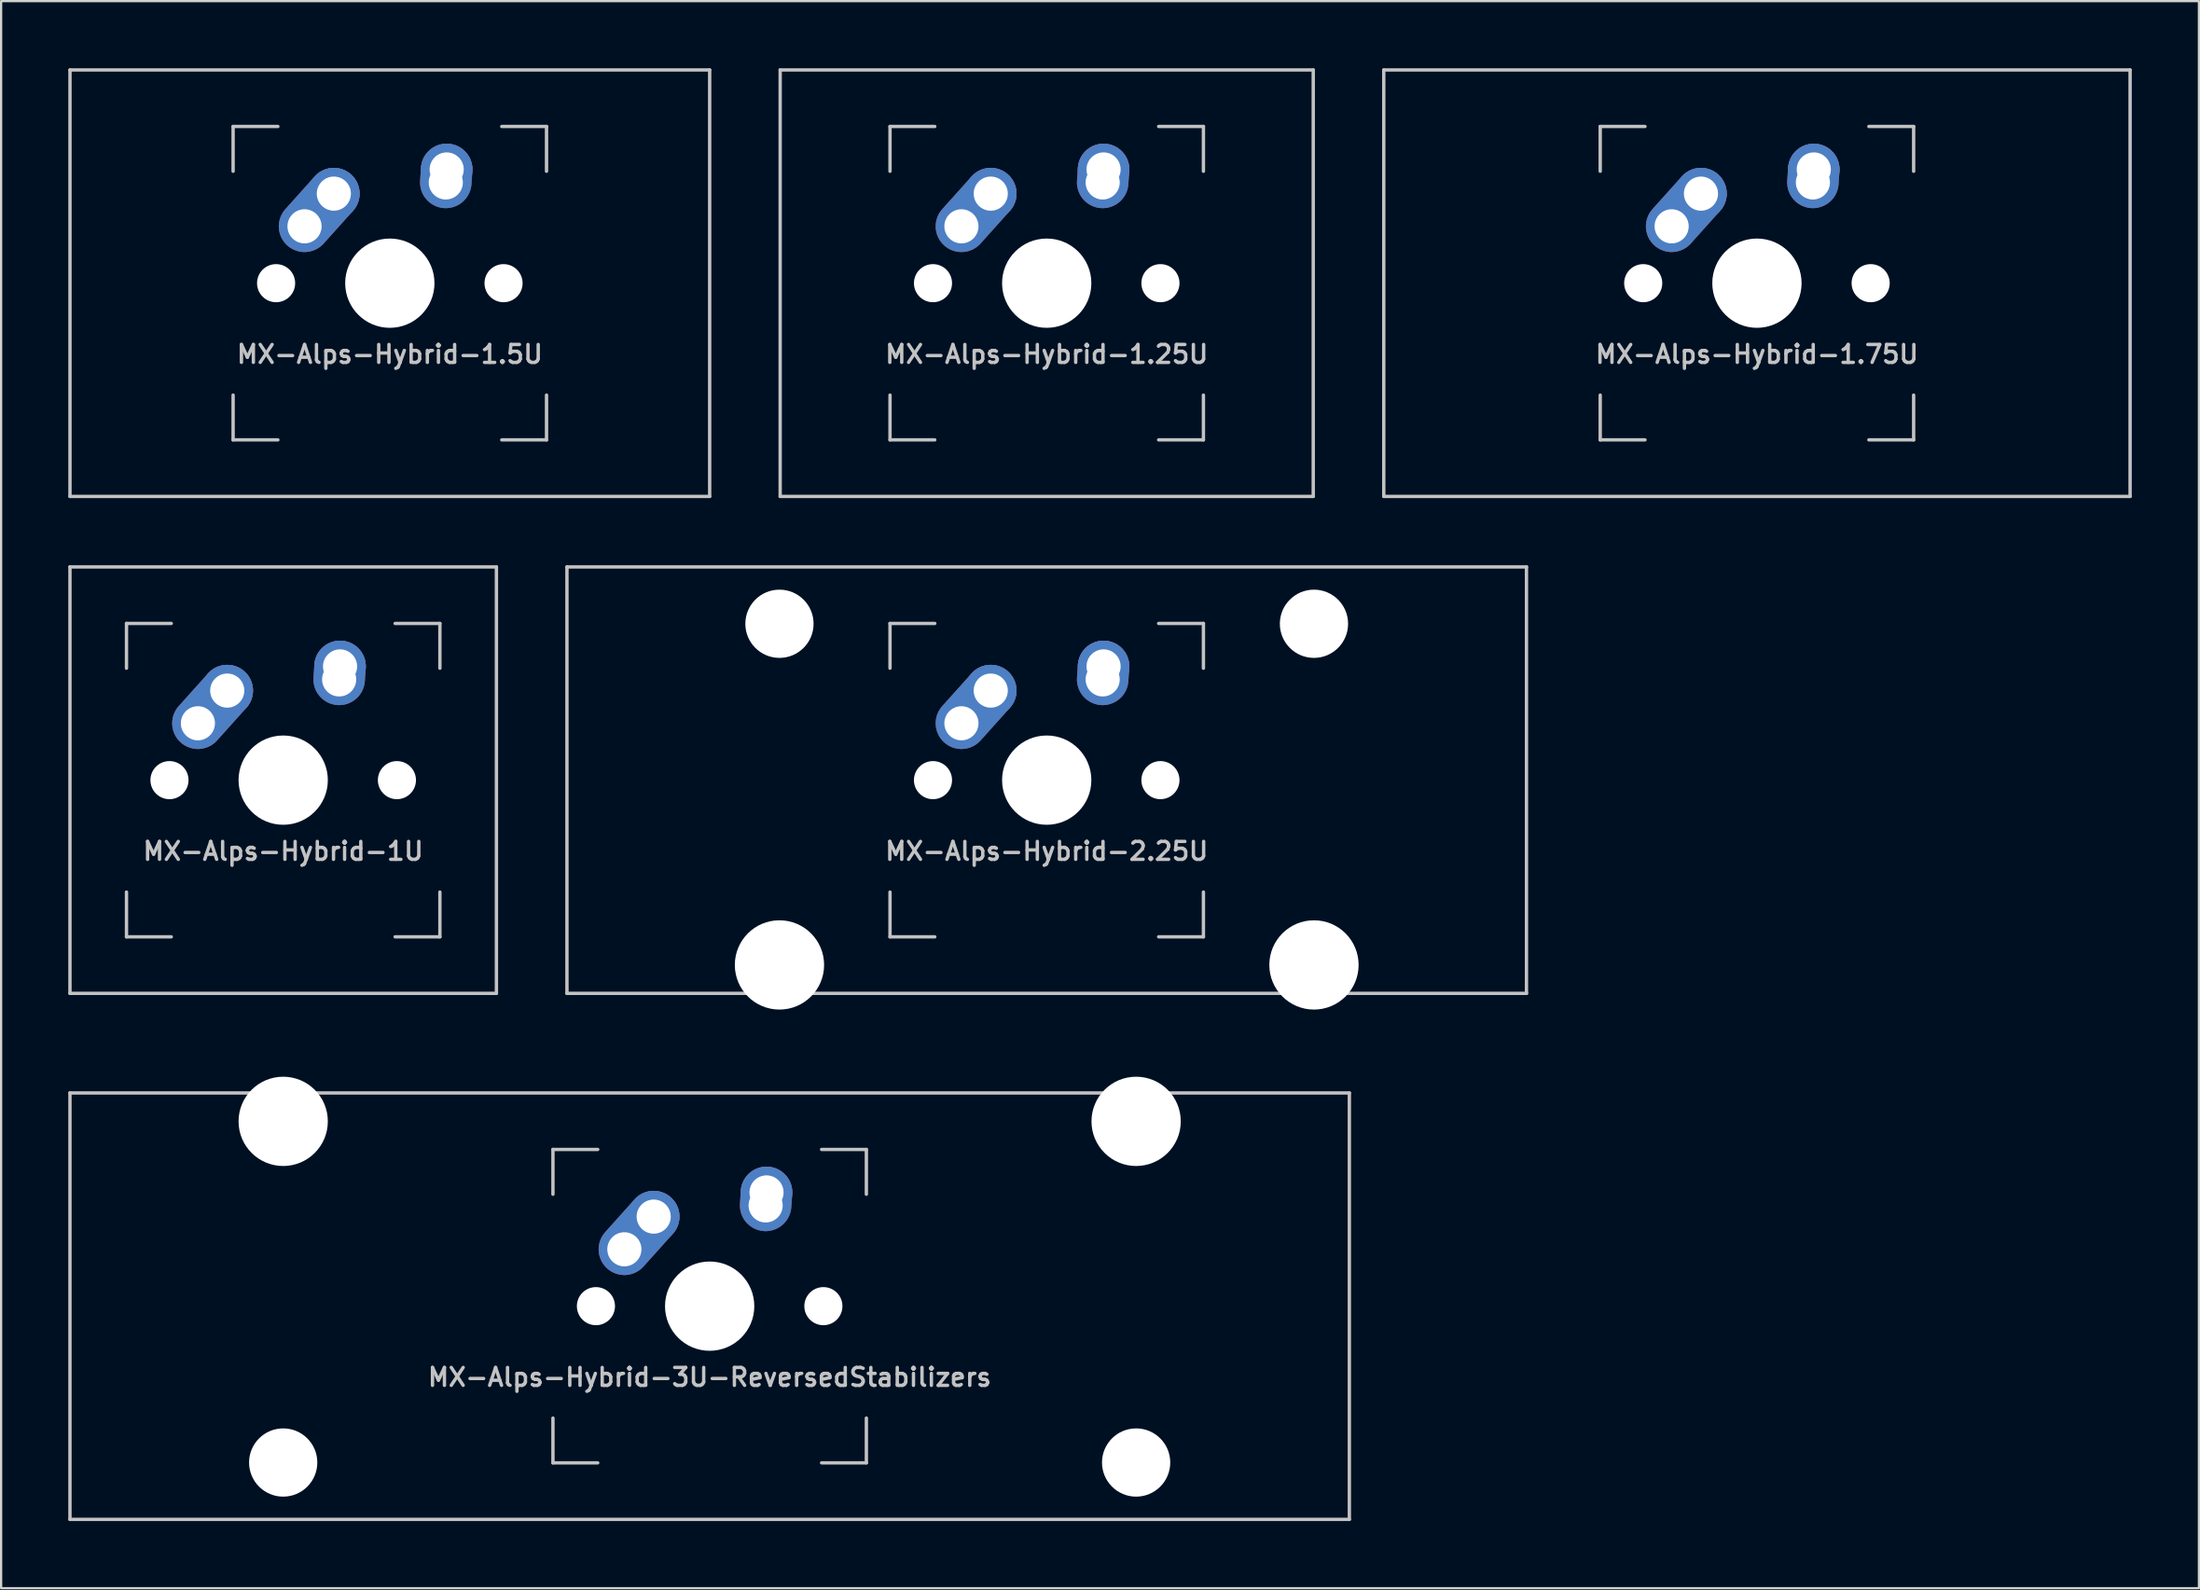
<source format=kicad_pcb>
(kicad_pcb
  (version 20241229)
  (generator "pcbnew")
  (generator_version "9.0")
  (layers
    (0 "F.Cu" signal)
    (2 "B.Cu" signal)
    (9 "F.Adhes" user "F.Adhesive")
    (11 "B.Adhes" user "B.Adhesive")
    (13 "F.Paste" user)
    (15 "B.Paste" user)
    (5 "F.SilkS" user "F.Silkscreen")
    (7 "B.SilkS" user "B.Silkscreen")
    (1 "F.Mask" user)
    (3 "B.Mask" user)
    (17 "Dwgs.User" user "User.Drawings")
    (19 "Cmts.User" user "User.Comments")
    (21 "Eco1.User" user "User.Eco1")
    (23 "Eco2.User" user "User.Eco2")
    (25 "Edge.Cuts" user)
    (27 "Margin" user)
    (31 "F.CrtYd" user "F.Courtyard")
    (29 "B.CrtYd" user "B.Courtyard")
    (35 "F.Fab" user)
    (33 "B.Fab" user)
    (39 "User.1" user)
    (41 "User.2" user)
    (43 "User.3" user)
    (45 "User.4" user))
  (footprint "MX-Alps-Hybrid-1U"
    (layer "F.Cu")
    (at 9.6 31.8)
    (property "Reference" "MX-Alps-Hybrid-1U" (at 0 3.175 0) (layer "Dwgs.User") (effects (font (size 0.8 0.8) (thickness 0.15))))
    (attr through_hole)
    (fp_line (start -9.525 9.525) (end -9.525 -9.525) (stroke (width 0.15) (type solid)) (layer "Dwgs.User"))
    (fp_line (start -7 -7) (end -7 -5) (stroke (width 0.15) (type solid)) (layer "Dwgs.User"))
    (fp_line (start -7 5) (end -7 7) (stroke (width 0.15) (type solid)) (layer "Dwgs.User"))
    (fp_line (start -7 7) (end -5 7) (stroke (width 0.15) (type solid)) (layer "Dwgs.User"))
    (fp_line (start -5 -7) (end -7 -7) (stroke (width 0.15) (type solid)) (layer "Dwgs.User"))
    (fp_line (start 5 -7) (end 7 -7) (stroke (width 0.15) (type solid)) (layer "Dwgs.User"))
    (fp_line (start 5 7) (end 7 7) (stroke (width 0.15) (type solid)) (layer "Dwgs.User"))
    (fp_line (start 7 -7) (end 7 -5) (stroke (width 0.15) (type solid)) (layer "Dwgs.User"))
    (fp_line (start 7 7) (end 7 5) (stroke (width 0.15) (type solid)) (layer "Dwgs.User"))
    (fp_line (start 9.525 -9.525) (end -9.525 -9.525) (stroke (width 0.15) (type solid)) (layer "Dwgs.User"))
    (fp_line (start 9.525 9.525) (end -9.525 9.525) (stroke (width 0.15) (type solid)) (layer "Dwgs.User"))
    (fp_line (start 9.525 9.525) (end 9.525 -9.525) (stroke (width 0.15) (type solid)) (layer "Dwgs.User"))
    (pad "" np_thru_hole circle (at -5.08 0 48.099) (size 1.702 1.702) (drill 1.702) (layers "*.Cu" "*.Mask"))
    (pad "" np_thru_hole circle (at 0 0) (size 3.988 3.988) (drill 3.988) (layers "*.Cu" "*.Mask"))
    (pad "" np_thru_hole circle (at 5.08 0 48.099) (size 1.702 1.702) (drill 1.702) (layers "*.Cu" "*.Mask"))
    (pad "1" thru_hole oval (at -3.81 -2.54 48.099) (size 4.262 2.3) (drill 1.524 (offset 0.981 0)) (layers "*.Cu" "B.Mask"))
    (pad "1" thru_hole circle (at -2.5 -4) (size 2.3 2.3) (drill 1.524) (layers "*.Cu" "B.Mask"))
    (pad "2" thru_hole oval (at 2.5 -4.5 86.054) (size 2.881 2.3) (drill 1.524 (offset 0.291 0)) (layers "*.Cu" "B.Mask"))
    (pad "2" thru_hole circle (at 2.54 -5.08) (size 2.3 2.3) (drill 1.524) (layers "*.Cu" "B.Mask")))
  (footprint "MX-Alps-Hybrid-1.25U"
    (layer "F.Cu")
    (at 43.706 9.6)
    (property "Reference" "MX-Alps-Hybrid-1.25U" (at 0 3.175 0) (layer "Dwgs.User") (effects (font (size 0.8 0.8) (thickness 0.15))))
    (attr through_hole)
    (fp_line (start -11.906 9.525) (end -11.906 -9.525) (stroke (width 0.15) (type solid)) (layer "Dwgs.User"))
    (fp_line (start -7 -7) (end -7 -5) (stroke (width 0.15) (type solid)) (layer "Dwgs.User"))
    (fp_line (start -7 5) (end -7 7) (stroke (width 0.15) (type solid)) (layer "Dwgs.User"))
    (fp_line (start -7 7) (end -5 7) (stroke (width 0.15) (type solid)) (layer "Dwgs.User"))
    (fp_line (start -5 -7) (end -7 -7) (stroke (width 0.15) (type solid)) (layer "Dwgs.User"))
    (fp_line (start 5 -7) (end 7 -7) (stroke (width 0.15) (type solid)) (layer "Dwgs.User"))
    (fp_line (start 5 7) (end 7 7) (stroke (width 0.15) (type solid)) (layer "Dwgs.User"))
    (fp_line (start 7 -7) (end 7 -5) (stroke (width 0.15) (type solid)) (layer "Dwgs.User"))
    (fp_line (start 7 7) (end 7 5) (stroke (width 0.15) (type solid)) (layer "Dwgs.User"))
    (fp_line (start 11.906 -9.525) (end -11.906 -9.525) (stroke (width 0.15) (type solid)) (layer "Dwgs.User"))
    (fp_line (start 11.906 9.525) (end -11.906 9.525) (stroke (width 0.15) (type solid)) (layer "Dwgs.User"))
    (fp_line (start 11.906 9.525) (end 11.906 -9.525) (stroke (width 0.15) (type solid)) (layer "Dwgs.User"))
    (pad "" np_thru_hole circle (at -5.08 0 48.099) (size 1.702 1.702) (drill 1.702) (layers "*.Cu" "*.Mask"))
    (pad "" np_thru_hole circle (at 0 0) (size 3.988 3.988) (drill 3.988) (layers "*.Cu" "*.Mask"))
    (pad "" np_thru_hole circle (at 5.08 0 48.099) (size 1.702 1.702) (drill 1.702) (layers "*.Cu" "*.Mask"))
    (pad "1" thru_hole oval (at -3.81 -2.54 48.099) (size 4.262 2.3) (drill 1.524 (offset 0.981 0)) (layers "*.Cu" "B.Mask"))
    (pad "1" thru_hole circle (at -2.5 -4) (size 2.3 2.3) (drill 1.524) (layers "*.Cu" "B.Mask"))
    (pad "2" thru_hole oval (at 2.5 -4.5 86.054) (size 2.881 2.3) (drill 1.524 (offset 0.291 0)) (layers "*.Cu" "B.Mask"))
    (pad "2" thru_hole circle (at 2.54 -5.08) (size 2.3 2.3) (drill 1.524) (layers "*.Cu" "B.Mask")))
  (footprint "MX-Alps-Hybrid-2.25U"
    (layer "F.Cu")
    (at 43.706 31.8)
    (property "Reference" "MX-Alps-Hybrid-2.25U" (at 0 3.175 0) (layer "Dwgs.User") (effects (font (size 0.8 0.8) (thickness 0.15))))
    (attr through_hole)
    (fp_line (start -21.431 9.525) (end -21.431 -9.525) (stroke (width 0.15) (type solid)) (layer "Dwgs.User"))
    (fp_line (start -7 -7) (end -7 -5) (stroke (width 0.15) (type solid)) (layer "Dwgs.User"))
    (fp_line (start -7 5) (end -7 7) (stroke (width 0.15) (type solid)) (layer "Dwgs.User"))
    (fp_line (start -7 7) (end -5 7) (stroke (width 0.15) (type solid)) (layer "Dwgs.User"))
    (fp_line (start -5 -7) (end -7 -7) (stroke (width 0.15) (type solid)) (layer "Dwgs.User"))
    (fp_line (start 5 -7) (end 7 -7) (stroke (width 0.15) (type solid)) (layer "Dwgs.User"))
    (fp_line (start 5 7) (end 7 7) (stroke (width 0.15) (type solid)) (layer "Dwgs.User"))
    (fp_line (start 7 -7) (end 7 -5) (stroke (width 0.15) (type solid)) (layer "Dwgs.User"))
    (fp_line (start 7 7) (end 7 5) (stroke (width 0.15) (type solid)) (layer "Dwgs.User"))
    (fp_line (start 21.431 -9.525) (end -21.431 -9.525) (stroke (width 0.15) (type solid)) (layer "Dwgs.User"))
    (fp_line (start 21.431 9.525) (end -21.431 9.525) (stroke (width 0.15) (type solid)) (layer "Dwgs.User"))
    (fp_line (start 21.431 9.525) (end 21.431 -9.525) (stroke (width 0.15) (type solid)) (layer "Dwgs.User"))
    (pad "" np_thru_hole circle (at -11.938 -6.985) (size 3.048 3.048) (drill 3.048) (layers "*.Cu" "*.Mask"))
    (pad "" np_thru_hole circle (at -11.938 8.255) (size 3.988 3.988) (drill 3.988) (layers "*.Cu" "*.Mask"))
    (pad "" np_thru_hole circle (at -5.08 0 48.099) (size 1.702 1.702) (drill 1.702) (layers "*.Cu" "*.Mask"))
    (pad "" np_thru_hole circle (at 0 0) (size 3.988 3.988) (drill 3.988) (layers "*.Cu" "*.Mask"))
    (pad "" np_thru_hole circle (at 5.08 0 48.099) (size 1.702 1.702) (drill 1.702) (layers "*.Cu" "*.Mask"))
    (pad "" np_thru_hole circle (at 11.938 -6.985) (size 3.048 3.048) (drill 3.048) (layers "*.Cu" "*.Mask"))
    (pad "" np_thru_hole circle (at 11.938 8.255) (size 3.988 3.988) (drill 3.988) (layers "*.Cu" "*.Mask"))
    (pad "1" thru_hole oval (at -3.81 -2.54 48.099) (size 4.262 2.3) (drill 1.524 (offset 0.981 0)) (layers "*.Cu" "B.Mask"))
    (pad "1" thru_hole circle (at -2.5 -4) (size 2.3 2.3) (drill 1.524) (layers "*.Cu" "B.Mask"))
    (pad "2" thru_hole oval (at 2.5 -4.5 86.054) (size 2.881 2.3) (drill 1.524 (offset 0.291 0)) (layers "*.Cu" "B.Mask"))
    (pad "2" thru_hole circle (at 2.54 -5.08) (size 2.3 2.3) (drill 1.524) (layers "*.Cu" "B.Mask")))
  (footprint "MX-Alps-Hybrid-1.5U"
    (layer "F.Cu")
    (at 14.363 9.6)
    (property "Reference" "MX-Alps-Hybrid-1.5U" (at 0 3.175 0) (layer "Dwgs.User") (effects (font (size 0.8 0.8) (thickness 0.15))))
    (attr through_hole)
    (fp_line (start -14.287 9.525) (end -14.287 -9.525) (stroke (width 0.15) (type solid)) (layer "Dwgs.User"))
    (fp_line (start -7 -7) (end -7 -5) (stroke (width 0.15) (type solid)) (layer "Dwgs.User"))
    (fp_line (start -7 5) (end -7 7) (stroke (width 0.15) (type solid)) (layer "Dwgs.User"))
    (fp_line (start -7 7) (end -5 7) (stroke (width 0.15) (type solid)) (layer "Dwgs.User"))
    (fp_line (start -5 -7) (end -7 -7) (stroke (width 0.15) (type solid)) (layer "Dwgs.User"))
    (fp_line (start 5 -7) (end 7 -7) (stroke (width 0.15) (type solid)) (layer "Dwgs.User"))
    (fp_line (start 5 7) (end 7 7) (stroke (width 0.15) (type solid)) (layer "Dwgs.User"))
    (fp_line (start 7 -7) (end 7 -5) (stroke (width 0.15) (type solid)) (layer "Dwgs.User"))
    (fp_line (start 7 7) (end 7 5) (stroke (width 0.15) (type solid)) (layer "Dwgs.User"))
    (fp_line (start 14.287 -9.525) (end -14.287 -9.525) (stroke (width 0.15) (type solid)) (layer "Dwgs.User"))
    (fp_line (start 14.287 9.525) (end -14.287 9.525) (stroke (width 0.15) (type solid)) (layer "Dwgs.User"))
    (fp_line (start 14.287 9.525) (end 14.287 -9.525) (stroke (width 0.15) (type solid)) (layer "Dwgs.User"))
    (pad "" np_thru_hole circle (at -5.08 0 48.099) (size 1.702 1.702) (drill 1.702) (layers "*.Cu" "*.Mask"))
    (pad "" np_thru_hole circle (at 0 0) (size 3.988 3.988) (drill 3.988) (layers "*.Cu" "*.Mask"))
    (pad "" np_thru_hole circle (at 5.08 0 48.099) (size 1.702 1.702) (drill 1.702) (layers "*.Cu" "*.Mask"))
    (pad "1" thru_hole oval (at -3.81 -2.54 48.099) (size 4.262 2.3) (drill 1.524 (offset 0.981 0)) (layers "*.Cu" "B.Mask"))
    (pad "1" thru_hole circle (at -2.5 -4) (size 2.3 2.3) (drill 1.524) (layers "*.Cu" "B.Mask"))
    (pad "2" thru_hole oval (at 2.5 -4.5 86.054) (size 2.881 2.3) (drill 1.524 (offset 0.291 0)) (layers "*.Cu" "B.Mask"))
    (pad "2" thru_hole circle (at 2.54 -5.08) (size 2.3 2.3) (drill 1.524) (layers "*.Cu" "B.Mask")))
  (footprint "MX-Alps-Hybrid-1.75U"
    (layer "F.Cu")
    (at 75.431 9.6)
    (property "Reference" "MX-Alps-Hybrid-1.75U" (at 0 3.175 0) (layer "Dwgs.User") (effects (font (size 0.8 0.8) (thickness 0.15))))
    (attr through_hole)
    (fp_line (start -16.669 9.525) (end -16.669 -9.525) (stroke (width 0.15) (type solid)) (layer "Dwgs.User"))
    (fp_line (start -7 -7) (end -7 -5) (stroke (width 0.15) (type solid)) (layer "Dwgs.User"))
    (fp_line (start -7 5) (end -7 7) (stroke (width 0.15) (type solid)) (layer "Dwgs.User"))
    (fp_line (start -7 7) (end -5 7) (stroke (width 0.15) (type solid)) (layer "Dwgs.User"))
    (fp_line (start -5 -7) (end -7 -7) (stroke (width 0.15) (type solid)) (layer "Dwgs.User"))
    (fp_line (start 5 -7) (end 7 -7) (stroke (width 0.15) (type solid)) (layer "Dwgs.User"))
    (fp_line (start 5 7) (end 7 7) (stroke (width 0.15) (type solid)) (layer "Dwgs.User"))
    (fp_line (start 7 -7) (end 7 -5) (stroke (width 0.15) (type solid)) (layer "Dwgs.User"))
    (fp_line (start 7 7) (end 7 5) (stroke (width 0.15) (type solid)) (layer "Dwgs.User"))
    (fp_line (start 16.669 -9.525) (end -16.669 -9.525) (stroke (width 0.15) (type solid)) (layer "Dwgs.User"))
    (fp_line (start 16.669 9.525) (end -16.669 9.525) (stroke (width 0.15) (type solid)) (layer "Dwgs.User"))
    (fp_line (start 16.669 9.525) (end 16.669 -9.525) (stroke (width 0.15) (type solid)) (layer "Dwgs.User"))
    (pad "" np_thru_hole circle (at -5.08 0 48.099) (size 1.702 1.702) (drill 1.702) (layers "*.Cu" "*.Mask"))
    (pad "" np_thru_hole circle (at 0 0) (size 3.988 3.988) (drill 3.988) (layers "*.Cu" "*.Mask"))
    (pad "" np_thru_hole circle (at 5.08 0 48.099) (size 1.702 1.702) (drill 1.702) (layers "*.Cu" "*.Mask"))
    (pad "1" thru_hole oval (at -3.81 -2.54 48.099) (size 4.262 2.3) (drill 1.524 (offset 0.981 0)) (layers "*.Cu" "B.Mask"))
    (pad "1" thru_hole circle (at -2.5 -4) (size 2.3 2.3) (drill 1.524) (layers "*.Cu" "B.Mask"))
    (pad "2" thru_hole oval (at 2.5 -4.5 86.054) (size 2.881 2.3) (drill 1.524 (offset 0.291 0)) (layers "*.Cu" "B.Mask"))
    (pad "2" thru_hole circle (at 2.54 -5.08) (size 2.3 2.3) (drill 1.524) (layers "*.Cu" "B.Mask")))
  (footprint "MX-Alps-Hybrid-3U-ReversedStabilizers"
    (layer "F.Cu")
    (at 28.65 55.298)
    (property "Reference" "MX-Alps-Hybrid-3U-ReversedStabilizers" (at 0 3.175 0) (layer "Dwgs.User") (effects (font (size 0.8 0.8) (thickness 0.15))))
    (attr through_hole)
    (fp_line (start -28.575 9.525) (end -28.575 -9.525) (stroke (width 0.15) (type solid)) (layer "Dwgs.User"))
    (fp_line (start -7 -7) (end -7 -5) (stroke (width 0.15) (type solid)) (layer "Dwgs.User"))
    (fp_line (start -7 5) (end -7 7) (stroke (width 0.15) (type solid)) (layer "Dwgs.User"))
    (fp_line (start -7 7) (end -5 7) (stroke (width 0.15) (type solid)) (layer "Dwgs.User"))
    (fp_line (start -5 -7) (end -7 -7) (stroke (width 0.15) (type solid)) (layer "Dwgs.User"))
    (fp_line (start 5 -7) (end 7 -7) (stroke (width 0.15) (type solid)) (layer "Dwgs.User"))
    (fp_line (start 5 7) (end 7 7) (stroke (width 0.15) (type solid)) (layer "Dwgs.User"))
    (fp_line (start 7 -7) (end 7 -5) (stroke (width 0.15) (type solid)) (layer "Dwgs.User"))
    (fp_line (start 7 7) (end 7 5) (stroke (width 0.15) (type solid)) (layer "Dwgs.User"))
    (fp_line (start 28.575 -9.525) (end -28.575 -9.525) (stroke (width 0.15) (type solid)) (layer "Dwgs.User"))
    (fp_line (start 28.575 9.525) (end -28.575 9.525) (stroke (width 0.15) (type solid)) (layer "Dwgs.User"))
    (fp_line (start 28.575 9.525) (end 28.575 -9.525) (stroke (width 0.15) (type solid)) (layer "Dwgs.User"))
    (pad "" np_thru_hole circle (at -19.05 -8.255) (size 3.988 3.988) (drill 3.988) (layers "*.Cu" "*.Mask"))
    (pad "" np_thru_hole circle (at -19.05 6.985) (size 3.048 3.048) (drill 3.048) (layers "*.Cu" "*.Mask"))
    (pad "" np_thru_hole circle (at -5.08 0 48.099) (size 1.702 1.702) (drill 1.702) (layers "*.Cu" "*.Mask"))
    (pad "" np_thru_hole circle (at 0 0) (size 3.988 3.988) (drill 3.988) (layers "*.Cu" "*.Mask"))
    (pad "" np_thru_hole circle (at 5.08 0 48.099) (size 1.702 1.702) (drill 1.702) (layers "*.Cu" "*.Mask"))
    (pad "" np_thru_hole circle (at 19.05 -8.255) (size 3.988 3.988) (drill 3.988) (layers "*.Cu" "*.Mask"))
    (pad "" np_thru_hole circle (at 19.05 6.985) (size 3.048 3.048) (drill 3.048) (layers "*.Cu" "*.Mask"))
    (pad "1" thru_hole oval (at -3.81 -2.54 48.099) (size 4.262 2.3) (drill 1.524 (offset 0.981 0)) (layers "*.Cu" "B.Mask"))
    (pad "1" thru_hole circle (at -2.5 -4) (size 2.3 2.3) (drill 1.524) (layers "*.Cu" "B.Mask"))
    (pad "2" thru_hole oval (at 2.5 -4.5 86.054) (size 2.881 2.3) (drill 1.524 (offset 0.291 0)) (layers "*.Cu" "B.Mask"))
    (pad "2" thru_hole circle (at 2.54 -5.08) (size 2.3 2.3) (drill 1.524) (layers "*.Cu" "B.Mask")))
  (gr_rect
    (start -3 -3)
    (end 95.175 67.898)
    (stroke (width 0.1) (type default))
    (fill no)
    (layer "Edge.Cuts")))
</source>
